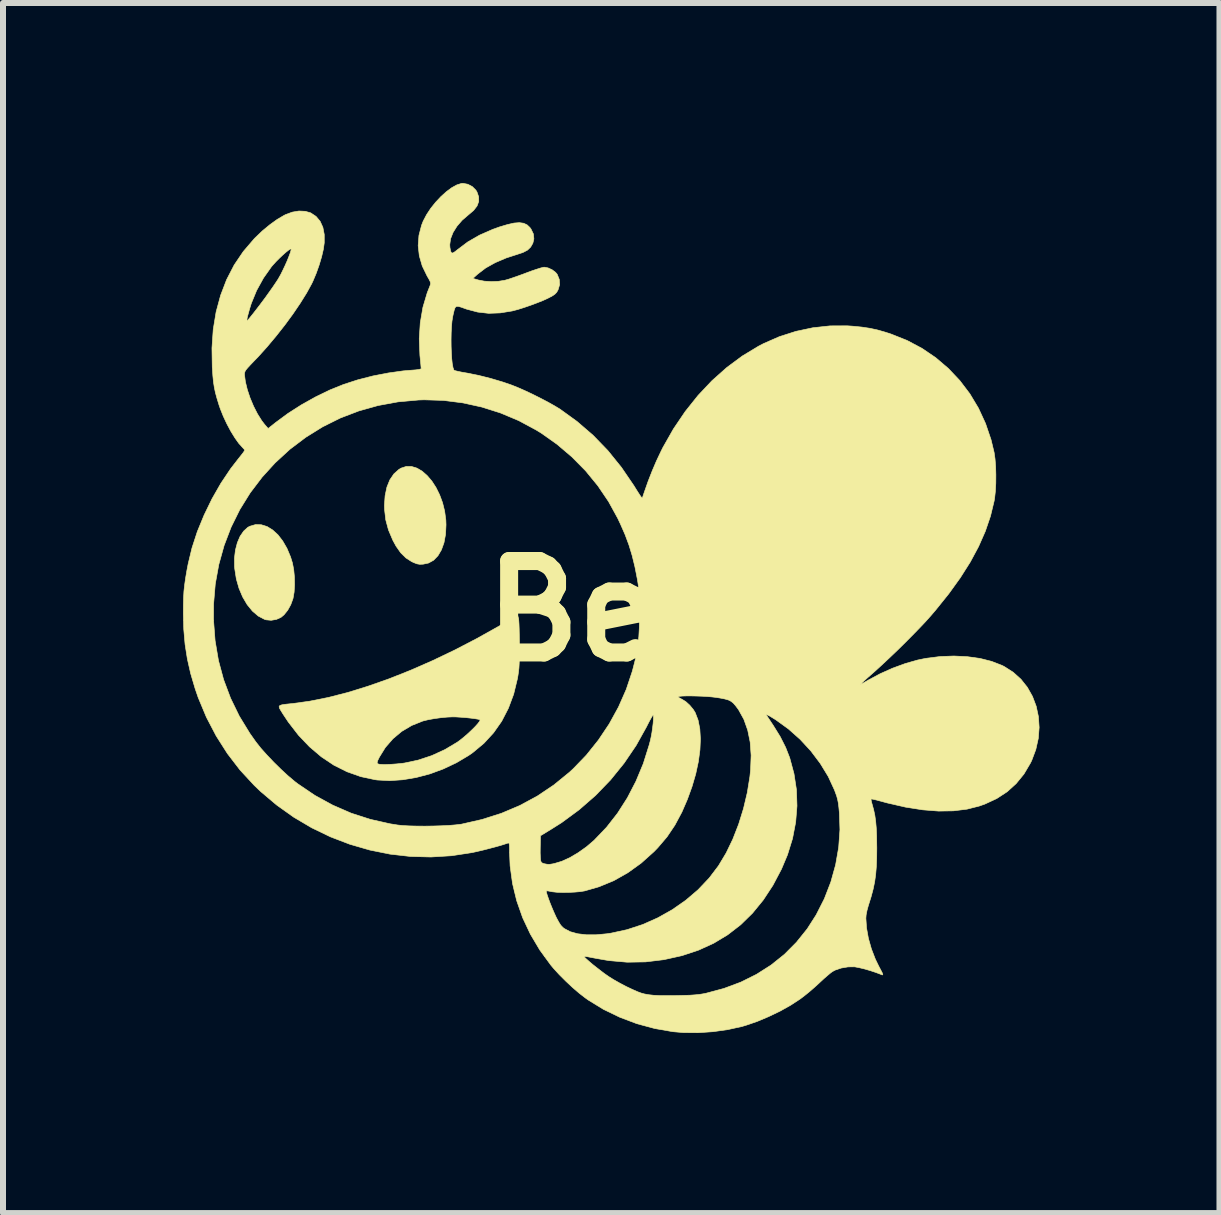
<source format=kicad_pcb>
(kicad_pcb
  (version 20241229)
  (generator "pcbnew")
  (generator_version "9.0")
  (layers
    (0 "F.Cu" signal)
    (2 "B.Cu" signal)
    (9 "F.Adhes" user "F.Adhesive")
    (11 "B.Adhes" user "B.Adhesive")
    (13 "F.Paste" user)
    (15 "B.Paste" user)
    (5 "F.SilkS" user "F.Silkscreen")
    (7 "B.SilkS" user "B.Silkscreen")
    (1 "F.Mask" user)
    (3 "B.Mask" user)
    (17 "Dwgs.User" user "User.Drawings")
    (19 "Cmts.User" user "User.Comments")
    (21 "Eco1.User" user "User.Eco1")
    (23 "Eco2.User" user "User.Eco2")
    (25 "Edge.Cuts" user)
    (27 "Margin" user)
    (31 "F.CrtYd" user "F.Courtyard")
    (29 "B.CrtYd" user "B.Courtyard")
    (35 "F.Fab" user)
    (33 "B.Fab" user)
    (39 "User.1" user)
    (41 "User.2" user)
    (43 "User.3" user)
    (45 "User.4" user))
  (footprint "Bee"
    (layer "F.Cu")
    (at 7.139 7.133)
    (property "Reference" "Bee" (at 0 0 0) (layer "F.SilkS") (effects (font (size 1.524 1.524) (thickness 0.3))))
    (attr through_hole)
    (fp_poly (pts (xy -3.331 -2.41) (xy -3.242 -2.383) (xy -3.155 -2.332) (xy -3.072 -2.259) (xy -2.994 -2.168) (xy -2.924 -2.06) (xy -2.864 -1.939) (xy -2.815 -1.807) (xy -2.78 -1.666) (xy -2.76 -1.518) (xy -2.757 -1.437) (xy -2.765 -1.279) (xy -2.791 -1.139) (xy -2.834 -1.02) (xy -2.892 -0.922) (xy -2.964 -0.848) (xy -3.049 -0.801) (xy -3.139 -0.782) (xy -3.195 -0.78) (xy -3.242 -0.788) (xy -3.293 -0.808) (xy -3.33 -0.825) (xy -3.426 -0.887) (xy -3.512 -0.972) (xy -3.59 -1.083) (xy -3.644 -1.183) (xy -3.716 -1.353) (xy -3.761 -1.52) (xy -3.781 -1.692) (xy -3.783 -1.762) (xy -3.772 -1.923) (xy -3.742 -2.066) (xy -3.693 -2.187) (xy -3.626 -2.286) (xy -3.542 -2.361) (xy -3.505 -2.383) (xy -3.419 -2.411) (xy -3.331 -2.41)) (stroke (width 0.01) (type solid)) (fill yes) (layer "F.SilkS"))
    (fp_poly (pts (xy -5.834 -1.439) (xy -5.738 -1.409) (xy -5.646 -1.352) (xy -5.558 -1.272) (xy -5.478 -1.168) (xy -5.407 -1.045) (xy -5.347 -0.902) (xy -5.316 -0.801) (xy -5.295 -0.692) (xy -5.283 -0.568) (xy -5.281 -0.439) (xy -5.288 -0.317) (xy -5.306 -0.213) (xy -5.308 -0.206) (xy -5.344 -0.107) (xy -5.395 -0.015) (xy -5.456 0.061) (xy -5.506 0.103) (xy -5.583 0.138) (xy -5.671 0.153) (xy -5.755 0.145) (xy -5.781 0.137) (xy -5.886 0.082) (xy -5.983 -0.001) (xy -6.07 -0.108) (xy -6.145 -0.235) (xy -6.206 -0.379) (xy -6.251 -0.536) (xy -6.277 -0.703) (xy -6.281 -0.742) (xy -6.282 -0.883) (xy -6.266 -1.017) (xy -6.234 -1.14) (xy -6.188 -1.247) (xy -6.129 -1.333) (xy -6.06 -1.396) (xy -6.026 -1.414) (xy -5.931 -1.442) (xy -5.834 -1.439)) (stroke (width 0.01) (type solid)) (fill yes) (layer "F.SilkS"))
    (fp_poly (pts (xy -1.549 0.125) (xy -1.545 0.157) (xy -1.541 0.215) (xy -1.538 0.295) (xy -1.536 0.391) (xy -1.534 0.497) (xy -1.534 0.564) (xy -1.534 0.692) (xy -1.535 0.795) (xy -1.538 0.878) (xy -1.542 0.948) (xy -1.549 1.01) (xy -1.558 1.072) (xy -1.568 1.129) (xy -1.63 1.384) (xy -1.718 1.619) (xy -1.829 1.834) (xy -1.965 2.028) (xy -2.126 2.203) (xy -2.311 2.357) (xy -2.381 2.406) (xy -2.585 2.527) (xy -2.801 2.629) (xy -3.025 2.712) (xy -3.253 2.772) (xy -3.478 2.81) (xy -3.696 2.825) (xy -3.903 2.814) (xy -3.939 2.809) (xy -4.177 2.758) (xy -4.406 2.677) (xy -4.626 2.567) (xy -4.69 2.524) (xy -3.905 2.524) (xy -3.895 2.544) (xy -3.862 2.553) (xy -3.803 2.556) (xy -3.76 2.556) (xy -3.678 2.553) (xy -3.581 2.546) (xy -3.484 2.536) (xy -3.447 2.531) (xy -3.222 2.483) (xy -2.995 2.408) (xy -2.775 2.307) (xy -2.572 2.186) (xy -2.513 2.143) (xy -2.449 2.091) (xy -2.384 2.034) (xy -2.323 1.976) (xy -2.269 1.922) (xy -2.226 1.874) (xy -2.198 1.836) (xy -2.189 1.814) (xy -2.192 1.81) (xy -2.222 1.801) (xy -2.276 1.792) (xy -2.347 1.783) (xy -2.428 1.774) (xy -2.512 1.768) (xy -2.591 1.763) (xy -2.646 1.762) (xy -2.737 1.766) (xy -2.843 1.776) (xy -2.952 1.791) (xy -3.053 1.809) (xy -3.134 1.829) (xy -3.143 1.831) (xy -3.328 1.905) (xy -3.495 2.004) (xy -3.642 2.127) (xy -3.768 2.272) (xy -3.87 2.437) (xy -3.871 2.44) (xy -3.896 2.491) (xy -3.905 2.524) (xy -4.69 2.524) (xy -4.834 2.428) (xy -5.031 2.261) (xy -5.215 2.068) (xy -5.385 1.848) (xy -5.47 1.72) (xy -5.507 1.661) (xy -5.531 1.62) (xy -5.538 1.591) (xy -5.526 1.573) (xy -5.491 1.561) (xy -5.432 1.552) (xy -5.345 1.543) (xy -5.319 1.541) (xy -5.029 1.501) (xy -4.72 1.439) (xy -4.395 1.356) (xy -4.056 1.251) (xy -3.706 1.128) (xy -3.346 0.985) (xy -2.981 0.825) (xy -2.611 0.648) (xy -2.24 0.455) (xy -1.87 0.248) (xy -1.826 0.222) (xy -1.564 0.067) (xy -1.549 0.125)) (stroke (width 0.01) (type solid)) (fill yes) (layer "F.SilkS"))
    (fp_poly (pts (xy -2.394 -7.113) (xy -2.319 -7.074) (xy -2.26 -7.015) (xy -2.242 -6.986) (xy -2.213 -6.903) (xy -2.212 -6.826) (xy -2.24 -6.751) (xy -2.297 -6.677) (xy -2.383 -6.604) (xy -2.489 -6.513) (xy -2.575 -6.413) (xy -2.64 -6.309) (xy -2.681 -6.205) (xy -2.695 -6.105) (xy -2.692 -6.06) (xy -2.681 -6.001) (xy -2.667 -5.97) (xy -2.644 -5.967) (xy -2.608 -5.989) (xy -2.569 -6.02) (xy -2.394 -6.152) (xy -2.198 -6.265) (xy -1.979 -6.361) (xy -1.868 -6.401) (xy -1.734 -6.441) (xy -1.625 -6.466) (xy -1.535 -6.473) (xy -1.463 -6.463) (xy -1.406 -6.436) (xy -1.359 -6.392) (xy -1.341 -6.367) (xy -1.301 -6.284) (xy -1.293 -6.203) (xy -1.31 -6.131) (xy -1.347 -6.066) (xy -1.4 -6.015) (xy -1.475 -5.976) (xy -1.544 -5.953) (xy -1.754 -5.885) (xy -1.939 -5.806) (xy -2.096 -5.718) (xy -2.223 -5.621) (xy -2.227 -5.618) (xy -2.31 -5.544) (xy -2.217 -5.517) (xy -2.119 -5.498) (xy -2.005 -5.491) (xy -1.888 -5.495) (xy -1.781 -5.512) (xy -1.766 -5.516) (xy -1.716 -5.53) (xy -1.645 -5.554) (xy -1.559 -5.584) (xy -1.468 -5.617) (xy -1.418 -5.636) (xy -1.332 -5.668) (xy -1.252 -5.695) (xy -1.186 -5.716) (xy -1.139 -5.728) (xy -1.122 -5.731) (xy -1.057 -5.719) (xy -0.989 -5.688) (xy -0.932 -5.645) (xy -0.905 -5.613) (xy -0.87 -5.527) (xy -0.864 -5.44) (xy -0.89 -5.354) (xy -0.892 -5.35) (xy -0.913 -5.313) (xy -0.939 -5.285) (xy -0.976 -5.258) (xy -1.031 -5.228) (xy -1.062 -5.212) (xy -1.141 -5.176) (xy -1.239 -5.137) (xy -1.349 -5.096) (xy -1.459 -5.058) (xy -1.561 -5.026) (xy -1.645 -5.004) (xy -1.651 -5.002) (xy -1.855 -4.969) (xy -2.046 -4.962) (xy -2.23 -4.983) (xy -2.411 -5.031) (xy -2.437 -5.04) (xy -2.506 -5.065) (xy -2.554 -5.078) (xy -2.585 -5.077) (xy -2.606 -5.057) (xy -2.621 -5.014) (xy -2.637 -4.947) (xy -2.646 -4.905) (xy -2.658 -4.83) (xy -2.666 -4.738) (xy -2.671 -4.635) (xy -2.673 -4.524) (xy -2.672 -4.413) (xy -2.668 -4.306) (xy -2.662 -4.207) (xy -2.653 -4.123) (xy -2.641 -4.059) (xy -2.627 -4.019) (xy -2.622 -4.013) (xy -2.603 -4.006) (xy -2.558 -3.995) (xy -2.496 -3.982) (xy -2.421 -3.969) (xy -2.414 -3.968) (xy -2.219 -3.929) (xy -2.012 -3.877) (xy -1.81 -3.817) (xy -1.673 -3.77) (xy -1.569 -3.729) (xy -1.448 -3.676) (xy -1.318 -3.615) (xy -1.186 -3.549) (xy -1.06 -3.483) (xy -0.948 -3.42) (xy -0.86 -3.367) (xy -0.575 -3.161) (xy -0.308 -2.931) (xy -0.061 -2.676) (xy 0.166 -2.395) (xy 0.374 -2.09) (xy 0.404 -2.041) (xy 0.443 -1.979) (xy 0.476 -1.928) (xy 0.5 -1.895) (xy 0.512 -1.885) (xy 0.513 -1.885) (xy 0.521 -1.905) (xy 0.535 -1.947) (xy 0.554 -2.002) (xy 0.556 -2.008) (xy 0.611 -2.164) (xy 0.678 -2.335) (xy 0.751 -2.506) (xy 0.827 -2.666) (xy 0.855 -2.723) (xy 1.032 -3.035) (xy 1.229 -3.326) (xy 1.443 -3.594) (xy 1.674 -3.839) (xy 1.92 -4.058) (xy 2.18 -4.251) (xy 2.453 -4.416) (xy 2.536 -4.459) (xy 2.799 -4.574) (xy 3.074 -4.662) (xy 3.357 -4.722) (xy 3.643 -4.753) (xy 3.927 -4.754) (xy 4.017 -4.748) (xy 4.17 -4.733) (xy 4.303 -4.713) (xy 4.429 -4.686) (xy 4.559 -4.649) (xy 4.658 -4.617) (xy 4.924 -4.511) (xy 5.173 -4.379) (xy 5.403 -4.223) (xy 5.614 -4.043) (xy 5.804 -3.842) (xy 5.971 -3.622) (xy 6.115 -3.382) (xy 6.233 -3.126) (xy 6.325 -2.855) (xy 6.376 -2.643) (xy 6.391 -2.538) (xy 6.401 -2.412) (xy 6.405 -2.273) (xy 6.404 -2.133) (xy 6.397 -1.999) (xy 6.384 -1.882) (xy 6.376 -1.834) (xy 6.315 -1.582) (xy 6.229 -1.33) (xy 6.117 -1.076) (xy 5.979 -0.819) (xy 5.813 -0.557) (xy 5.62 -0.289) (xy 5.398 -0.013) (xy 5.319 0.079) (xy 5.236 0.172) (xy 5.133 0.281) (xy 5.016 0.401) (xy 4.89 0.528) (xy 4.76 0.656) (xy 4.629 0.781) (xy 4.504 0.898) (xy 4.389 1.003) (xy 4.338 1.048) (xy 4.274 1.104) (xy 4.219 1.153) (xy 4.178 1.191) (xy 4.155 1.214) (xy 4.151 1.219) (xy 4.165 1.213) (xy 4.201 1.195) (xy 4.251 1.166) (xy 4.28 1.149) (xy 4.476 1.044) (xy 4.684 0.951) (xy 4.897 0.873) (xy 5.105 0.814) (xy 5.238 0.787) (xy 5.474 0.757) (xy 5.706 0.748) (xy 5.929 0.759) (xy 6.139 0.788) (xy 6.333 0.837) (xy 6.506 0.904) (xy 6.542 0.922) (xy 6.693 1.018) (xy 6.823 1.135) (xy 6.93 1.27) (xy 7.015 1.421) (xy 7.077 1.585) (xy 7.114 1.758) (xy 7.126 1.938) (xy 7.112 2.121) (xy 7.071 2.305) (xy 7.003 2.487) (xy 6.981 2.532) (xy 6.873 2.715) (xy 6.743 2.874) (xy 6.593 3.01) (xy 6.42 3.123) (xy 6.224 3.214) (xy 6.132 3.247) (xy 5.924 3.3) (xy 5.697 3.328) (xy 5.451 3.332) (xy 5.185 3.311) (xy 4.899 3.266) (xy 4.594 3.196) (xy 4.48 3.165) (xy 4.416 3.148) (xy 4.365 3.136) (xy 4.333 3.13) (xy 4.326 3.13) (xy 4.326 3.148) (xy 4.334 3.186) (xy 4.342 3.214) (xy 4.368 3.308) (xy 4.388 3.401) (xy 4.402 3.501) (xy 4.412 3.613) (xy 4.418 3.742) (xy 4.42 3.896) (xy 4.421 3.945) (xy 4.419 4.115) (xy 4.413 4.261) (xy 4.402 4.391) (xy 4.385 4.512) (xy 4.36 4.633) (xy 4.326 4.76) (xy 4.282 4.901) (xy 4.279 4.91) (xy 4.258 4.987) (xy 4.243 5.063) (xy 4.239 5.119) (xy 4.25 5.28) (xy 4.281 5.453) (xy 4.331 5.629) (xy 4.397 5.8) (xy 4.454 5.917) (xy 4.49 5.985) (xy 4.512 6.028) (xy 4.521 6.053) (xy 4.518 6.062) (xy 4.506 6.06) (xy 4.497 6.056) (xy 4.41 6.023) (xy 4.314 5.991) (xy 4.218 5.963) (xy 4.131 5.942) (xy 4.063 5.929) (xy 4.051 5.927) (xy 3.942 5.928) (xy 3.83 5.947) (xy 3.729 5.981) (xy 3.684 6.005) (xy 3.652 6.028) (xy 3.603 6.069) (xy 3.543 6.121) (xy 3.478 6.181) (xy 3.459 6.199) (xy 3.382 6.269) (xy 3.298 6.342) (xy 3.215 6.409) (xy 3.144 6.463) (xy 3.141 6.465) (xy 2.985 6.567) (xy 2.808 6.666) (xy 2.618 6.757) (xy 2.426 6.838) (xy 2.242 6.901) (xy 2.175 6.921) (xy 1.939 6.973) (xy 1.692 7.008) (xy 1.442 7.025) (xy 1.2 7.023) (xy 1.024 7.008) (xy 0.721 6.955) (xy 0.424 6.875) (xy 0.138 6.767) (xy -0.135 6.635) (xy -0.389 6.479) (xy -0.443 6.44) (xy -0.541 6.364) (xy -0.65 6.27) (xy -0.762 6.165) (xy -0.87 6.057) (xy -0.965 5.953) (xy -1.011 5.898) (xy -1.117 5.753) (xy -0.456 5.753) (xy -0.449 5.767) (xy -0.42 5.795) (xy -0.375 5.835) (xy -0.318 5.884) (xy -0.252 5.936) (xy -0.184 5.989) (xy -0.117 6.04) (xy -0.055 6.083) (xy -0.047 6.089) (xy 0.038 6.142) (xy 0.137 6.198) (xy 0.243 6.254) (xy 0.346 6.303) (xy 0.437 6.343) (xy 0.493 6.364) (xy 0.553 6.38) (xy 0.621 6.392) (xy 0.702 6.401) (xy 0.801 6.406) (xy 0.922 6.407) (xy 1.07 6.406) (xy 1.079 6.406) (xy 1.207 6.403) (xy 1.309 6.4) (xy 1.393 6.394) (xy 1.463 6.387) (xy 1.527 6.377) (xy 1.577 6.367) (xy 1.875 6.287) (xy 2.156 6.182) (xy 2.417 6.052) (xy 2.659 5.898) (xy 2.881 5.72) (xy 3.082 5.518) (xy 3.262 5.294) (xy 3.411 5.061) (xy 3.547 4.793) (xy 3.655 4.514) (xy 3.735 4.227) (xy 3.786 3.935) (xy 3.807 3.642) (xy 3.798 3.366) (xy 3.789 3.271) (xy 3.78 3.198) (xy 3.768 3.138) (xy 3.752 3.079) (xy 3.728 3.014) (xy 3.716 2.981) (xy 3.612 2.756) (xy 3.479 2.538) (xy 3.322 2.33) (xy 3.144 2.137) (xy 2.948 1.963) (xy 2.738 1.811) (xy 2.645 1.754) (xy 2.606 1.733) (xy 2.583 1.726) (xy 2.581 1.731) (xy 2.595 1.753) (xy 2.623 1.795) (xy 2.66 1.851) (xy 2.696 1.905) (xy 2.811 2.091) (xy 2.902 2.271) (xy 2.97 2.445) (xy 3.041 2.709) (xy 3.082 2.976) (xy 3.091 3.246) (xy 3.069 3.517) (xy 3.017 3.789) (xy 2.933 4.06) (xy 2.833 4.298) (xy 2.69 4.569) (xy 2.529 4.814) (xy 2.35 5.033) (xy 2.153 5.226) (xy 1.937 5.393) (xy 1.703 5.534) (xy 1.451 5.649) (xy 1.18 5.739) (xy 1.178 5.74) (xy 0.872 5.808) (xy 0.567 5.845) (xy 0.262 5.85) (xy -0.045 5.823) (xy -0.258 5.786) (xy -0.332 5.772) (xy -0.394 5.76) (xy -0.437 5.754) (xy -0.456 5.753) (xy -0.456 5.753) (xy -1.117 5.753) (xy -1.195 5.646) (xy -1.351 5.383) (xy -1.48 5.109) (xy -1.579 4.827) (xy -1.619 4.663) (xy -1.086 4.663) (xy -1.085 4.682) (xy -1.073 4.724) (xy -1.053 4.783) (xy -1.027 4.854) (xy -0.996 4.931) (xy -0.963 5.009) (xy -0.931 5.08) (xy -0.92 5.104) (xy -0.879 5.18) (xy -0.845 5.234) (xy -0.81 5.271) (xy -0.784 5.291) (xy -0.687 5.342) (xy -0.564 5.376) (xy -0.42 5.393) (xy -0.255 5.393) (xy -0.074 5.376) (xy -0.008 5.366) (xy 0.259 5.308) (xy 0.521 5.222) (xy 0.773 5.11) (xy 1.013 4.975) (xy 1.238 4.818) (xy 1.443 4.643) (xy 1.627 4.449) (xy 1.785 4.241) (xy 1.787 4.237) (xy 1.911 4.03) (xy 2.022 3.8) (xy 2.119 3.551) (xy 2.2 3.29) (xy 2.263 3.025) (xy 2.306 2.76) (xy 2.318 2.642) (xy 2.327 2.403) (xy 2.311 2.183) (xy 2.27 1.983) (xy 2.206 1.803) (xy 2.117 1.642) (xy 2.066 1.574) (xy 2.031 1.534) (xy 1.994 1.504) (xy 1.949 1.481) (xy 1.889 1.464) (xy 1.808 1.448) (xy 1.743 1.438) (xy 1.677 1.43) (xy 1.598 1.423) (xy 1.509 1.418) (xy 1.418 1.415) (xy 1.33 1.413) (xy 1.25 1.413) (xy 1.183 1.415) (xy 1.135 1.419) (xy 1.113 1.424) (xy 1.111 1.426) (xy 1.124 1.441) (xy 1.157 1.46) (xy 1.173 1.468) (xy 1.238 1.508) (xy 1.304 1.568) (xy 1.362 1.638) (xy 1.395 1.691) (xy 1.443 1.816) (xy 1.472 1.963) (xy 1.482 2.13) (xy 1.474 2.312) (xy 1.448 2.507) (xy 1.404 2.712) (xy 1.342 2.924) (xy 1.264 3.139) (xy 1.173 3.349) (xy 1.057 3.566) (xy 0.926 3.761) (xy 0.771 3.943) (xy 0.708 4.008) (xy 0.495 4.199) (xy 0.271 4.36) (xy 0.037 4.492) (xy -0.208 4.593) (xy -0.447 4.662) (xy -0.521 4.674) (xy -0.612 4.682) (xy -0.714 4.687) (xy -0.815 4.688) (xy -0.908 4.685) (xy -0.982 4.677) (xy -1.011 4.672) (xy -1.054 4.663) (xy -1.081 4.661) (xy -1.086 4.663) (xy -1.619 4.663) (xy -1.649 4.538) (xy -1.689 4.246) (xy -1.698 4.028) (xy -1.188 4.028) (xy -1.185 4.1) (xy -1.181 4.151) (xy -1.175 4.174) (xy -1.159 4.194) (xy -1.13 4.207) (xy -1.079 4.217) (xy -1.053 4.22) (xy -1.027 4.219) (xy -0.982 4.212) (xy -0.949 4.205) (xy -0.826 4.168) (xy -0.692 4.107) (xy -0.554 4.025) (xy -0.416 3.927) (xy -0.285 3.815) (xy -0.283 3.812) (xy -0.082 3.602) (xy 0.101 3.368) (xy 0.265 3.111) (xy 0.408 2.835) (xy 0.53 2.542) (xy 0.627 2.234) (xy 0.645 2.167) (xy 0.66 2.1) (xy 0.674 2.024) (xy 0.685 1.945) (xy 0.694 1.871) (xy 0.699 1.807) (xy 0.7 1.759) (xy 0.696 1.733) (xy 0.693 1.73) (xy 0.683 1.744) (xy 0.661 1.781) (xy 0.631 1.835) (xy 0.596 1.903) (xy 0.586 1.924) (xy 0.411 2.238) (xy 0.21 2.534) (xy -0.016 2.813) (xy -0.266 3.072) (xy -0.538 3.309) (xy -0.83 3.524) (xy -0.996 3.629) (xy -1.183 3.743) (xy -1.187 3.943) (xy -1.188 4.028) (xy -1.698 4.028) (xy -1.699 4.019) (xy -1.699 3.945) (xy -1.701 3.898) (xy -1.705 3.873) (xy -1.713 3.863) (xy -1.725 3.865) (xy -1.726 3.865) (xy -1.777 3.882) (xy -1.85 3.905) (xy -1.94 3.93) (xy -2.039 3.956) (xy -2.14 3.982) (xy -2.234 4.004) (xy -2.315 4.022) (xy -2.325 4.024) (xy -2.665 4.076) (xy -3.008 4.097) (xy -3.351 4.088) (xy -3.692 4.049) (xy -4.028 3.981) (xy -4.359 3.885) (xy -4.681 3.762) (xy -4.994 3.611) (xy -5.294 3.434) (xy -5.579 3.231) (xy -5.849 3.003) (xy -5.955 2.901) (xy -6.189 2.648) (xy -6.4 2.373) (xy -6.587 2.079) (xy -6.75 1.767) (xy -6.886 1.441) (xy -6.937 1.293) (xy -7.012 1.04) (xy -7.067 0.797) (xy -7.105 0.555) (xy -7.127 0.302) (xy -7.131 0.151) (xy -6.631 0.151) (xy -6.605 0.492) (xy -6.549 0.823) (xy -6.463 1.142) (xy -6.347 1.451) (xy -6.202 1.749) (xy -6.026 2.037) (xy -5.925 2.18) (xy -5.843 2.284) (xy -5.741 2.398) (xy -5.627 2.518) (xy -5.508 2.635) (xy -5.39 2.744) (xy -5.28 2.837) (xy -5.228 2.877) (xy -4.943 3.07) (xy -4.645 3.233) (xy -4.337 3.367) (xy -4.018 3.47) (xy -3.689 3.544) (xy -3.564 3.564) (xy -3.479 3.573) (xy -3.37 3.579) (xy -3.245 3.582) (xy -3.109 3.583) (xy -2.97 3.581) (xy -2.835 3.577) (xy -2.709 3.571) (xy -2.6 3.562) (xy -2.515 3.552) (xy -2.5 3.55) (xy -2.158 3.472) (xy -1.834 3.369) (xy -1.527 3.239) (xy -1.236 3.082) (xy -0.962 2.898) (xy -0.703 2.687) (xy -0.638 2.627) (xy -0.418 2.399) (xy -0.218 2.149) (xy -0.038 1.88) (xy 0.117 1.598) (xy 0.246 1.305) (xy 0.346 1.006) (xy 0.357 0.965) (xy 0.394 0.82) (xy 0.422 0.686) (xy 0.442 0.557) (xy 0.456 0.423) (xy 0.464 0.277) (xy 0.467 0.111) (xy 0.467 0.048) (xy 0.467 -0.081) (xy 0.465 -0.184) (xy 0.462 -0.269) (xy 0.457 -0.342) (xy 0.45 -0.409) (xy 0.44 -0.478) (xy 0.431 -0.532) (xy 0.39 -0.741) (xy 0.344 -0.928) (xy 0.291 -1.102) (xy 0.227 -1.274) (xy 0.149 -1.452) (xy 0.103 -1.549) (xy -0.049 -1.826) (xy -0.228 -2.09) (xy -0.432 -2.339) (xy -0.659 -2.569) (xy -0.906 -2.779) (xy -1.17 -2.966) (xy -1.257 -3.019) (xy -1.545 -3.174) (xy -1.847 -3.301) (xy -2.159 -3.4) (xy -2.477 -3.47) (xy -2.799 -3.511) (xy -3.122 -3.521) (xy -3.215 -3.518) (xy -3.556 -3.487) (xy -3.888 -3.426) (xy -4.209 -3.336) (xy -4.518 -3.218) (xy -4.813 -3.071) (xy -5.093 -2.897) (xy -5.358 -2.697) (xy -5.605 -2.47) (xy -5.82 -2.234) (xy -6.02 -1.971) (xy -6.193 -1.692) (xy -6.338 -1.399) (xy -6.455 -1.093) (xy -6.543 -0.777) (xy -6.602 -0.452) (xy -6.63 -0.12) (xy -6.631 0.151) (xy -7.131 0.151) (xy -7.134 0.04) (xy -7.133 -0.102) (xy -7.13 -0.224) (xy -7.124 -0.333) (xy -7.112 -0.44) (xy -7.096 -0.553) (xy -7.074 -0.682) (xy -7.054 -0.786) (xy -6.99 -1.052) (xy -6.901 -1.325) (xy -6.788 -1.6) (xy -6.657 -1.87) (xy -6.509 -2.129) (xy -6.347 -2.371) (xy -6.216 -2.54) (xy -6.173 -2.594) (xy -6.138 -2.639) (xy -6.117 -2.67) (xy -6.112 -2.68) (xy -6.122 -2.699) (xy -6.148 -2.727) (xy -6.151 -2.73) (xy -6.212 -2.798) (xy -6.277 -2.89) (xy -6.344 -2.999) (xy -6.409 -3.121) (xy -6.468 -3.247) (xy -6.518 -3.372) (xy -6.54 -3.436) (xy -6.574 -3.547) (xy -6.6 -3.642) (xy -6.618 -3.729) (xy -6.632 -3.819) (xy -6.642 -3.921) (xy -6.65 -4.044) (xy -6.652 -4.062) (xy -6.657 -4.384) (xy -6.636 -4.692) (xy -6.608 -4.863) (xy -6.074 -4.863) (xy -6.073 -4.846) (xy -6.066 -4.844) (xy -6.065 -4.844) (xy -6.052 -4.858) (xy -6.022 -4.894) (xy -5.979 -4.947) (xy -5.926 -5.015) (xy -5.866 -5.093) (xy -5.839 -5.129) (xy -5.77 -5.221) (xy -5.703 -5.315) (xy -5.64 -5.404) (xy -5.588 -5.481) (xy -5.549 -5.541) (xy -5.545 -5.549) (xy -5.511 -5.609) (xy -5.475 -5.682) (xy -5.438 -5.76) (xy -5.403 -5.839) (xy -5.374 -5.912) (xy -5.351 -5.973) (xy -5.339 -6.016) (xy -5.337 -6.034) (xy -5.351 -6.034) (xy -5.382 -6.014) (xy -5.425 -5.98) (xy -5.477 -5.934) (xy -5.533 -5.881) (xy -5.589 -5.825) (xy -5.639 -5.77) (xy -5.665 -5.74) (xy -5.799 -5.55) (xy -5.913 -5.343) (xy -6.002 -5.127) (xy -6.03 -5.037) (xy -6.053 -4.954) (xy -6.068 -4.897) (xy -6.074 -4.863) (xy -6.608 -4.863) (xy -6.588 -4.985) (xy -6.513 -5.262) (xy -6.413 -5.523) (xy -6.287 -5.767) (xy -6.135 -5.992) (xy -5.958 -6.199) (xy -5.939 -6.219) (xy -5.818 -6.335) (xy -5.692 -6.439) (xy -5.57 -6.527) (xy -5.456 -6.594) (xy -5.433 -6.606) (xy -5.32 -6.648) (xy -5.208 -6.667) (xy -5.102 -6.662) (xy -5.012 -6.636) (xy -4.923 -6.577) (xy -4.855 -6.496) (xy -4.809 -6.395) (xy -4.786 -6.275) (xy -4.786 -6.137) (xy -4.801 -6.029) (xy -4.83 -5.905) (xy -4.871 -5.767) (xy -4.92 -5.629) (xy -4.973 -5.503) (xy -4.995 -5.456) (xy -5.08 -5.301) (xy -5.186 -5.131) (xy -5.308 -4.951) (xy -5.443 -4.767) (xy -5.588 -4.583) (xy -5.737 -4.405) (xy -5.888 -4.237) (xy -5.959 -4.164) (xy -6.021 -4.099) (xy -6.064 -4.052) (xy -6.092 -4.018) (xy -6.107 -3.992) (xy -6.114 -3.968) (xy -6.115 -3.943) (xy -6.115 -3.936) (xy -6.1 -3.821) (xy -6.068 -3.69) (xy -6.022 -3.552) (xy -5.964 -3.414) (xy -5.898 -3.285) (xy -5.827 -3.172) (xy -5.78 -3.111) (xy -5.721 -3.043) (xy -5.595 -3.143) (xy -5.392 -3.293) (xy -5.167 -3.437) (xy -4.931 -3.569) (xy -4.692 -3.685) (xy -4.467 -3.776) (xy -4.23 -3.853) (xy -3.978 -3.918) (xy -3.72 -3.968) (xy -3.47 -4.003) (xy -3.338 -4.014) (xy -3.259 -4.02) (xy -3.203 -4.028) (xy -3.174 -4.037) (xy -3.17 -4.041) (xy -3.173 -4.063) (xy -3.177 -4.109) (xy -3.183 -4.174) (xy -3.191 -4.251) (xy -3.192 -4.263) (xy -3.203 -4.538) (xy -3.186 -4.805) (xy -3.142 -5.062) (xy -3.07 -5.305) (xy -3.027 -5.413) (xy -3.017 -5.441) (xy -3.014 -5.464) (xy -3.021 -5.491) (xy -3.04 -5.529) (xy -3.073 -5.586) (xy -3.074 -5.588) (xy -3.153 -5.751) (xy -3.202 -5.92) (xy -3.221 -6.09) (xy -3.208 -6.261) (xy -3.165 -6.428) (xy -3.137 -6.499) (xy -3.081 -6.606) (xy -3.011 -6.712) (xy -2.93 -6.813) (xy -2.842 -6.907) (xy -2.751 -6.989) (xy -2.662 -7.055) (xy -2.577 -7.102) (xy -2.501 -7.126) (xy -2.474 -7.128) (xy -2.394 -7.113)) (stroke (width 0.01) (type solid)) (fill yes) (layer "F.SilkS")))
  (gr_rect
    (start -3 -3)
    (end 17.27 17.163)
    (stroke (width 0.1) (type default))
    (fill no)
    (layer "Edge.Cuts")))
</source>
